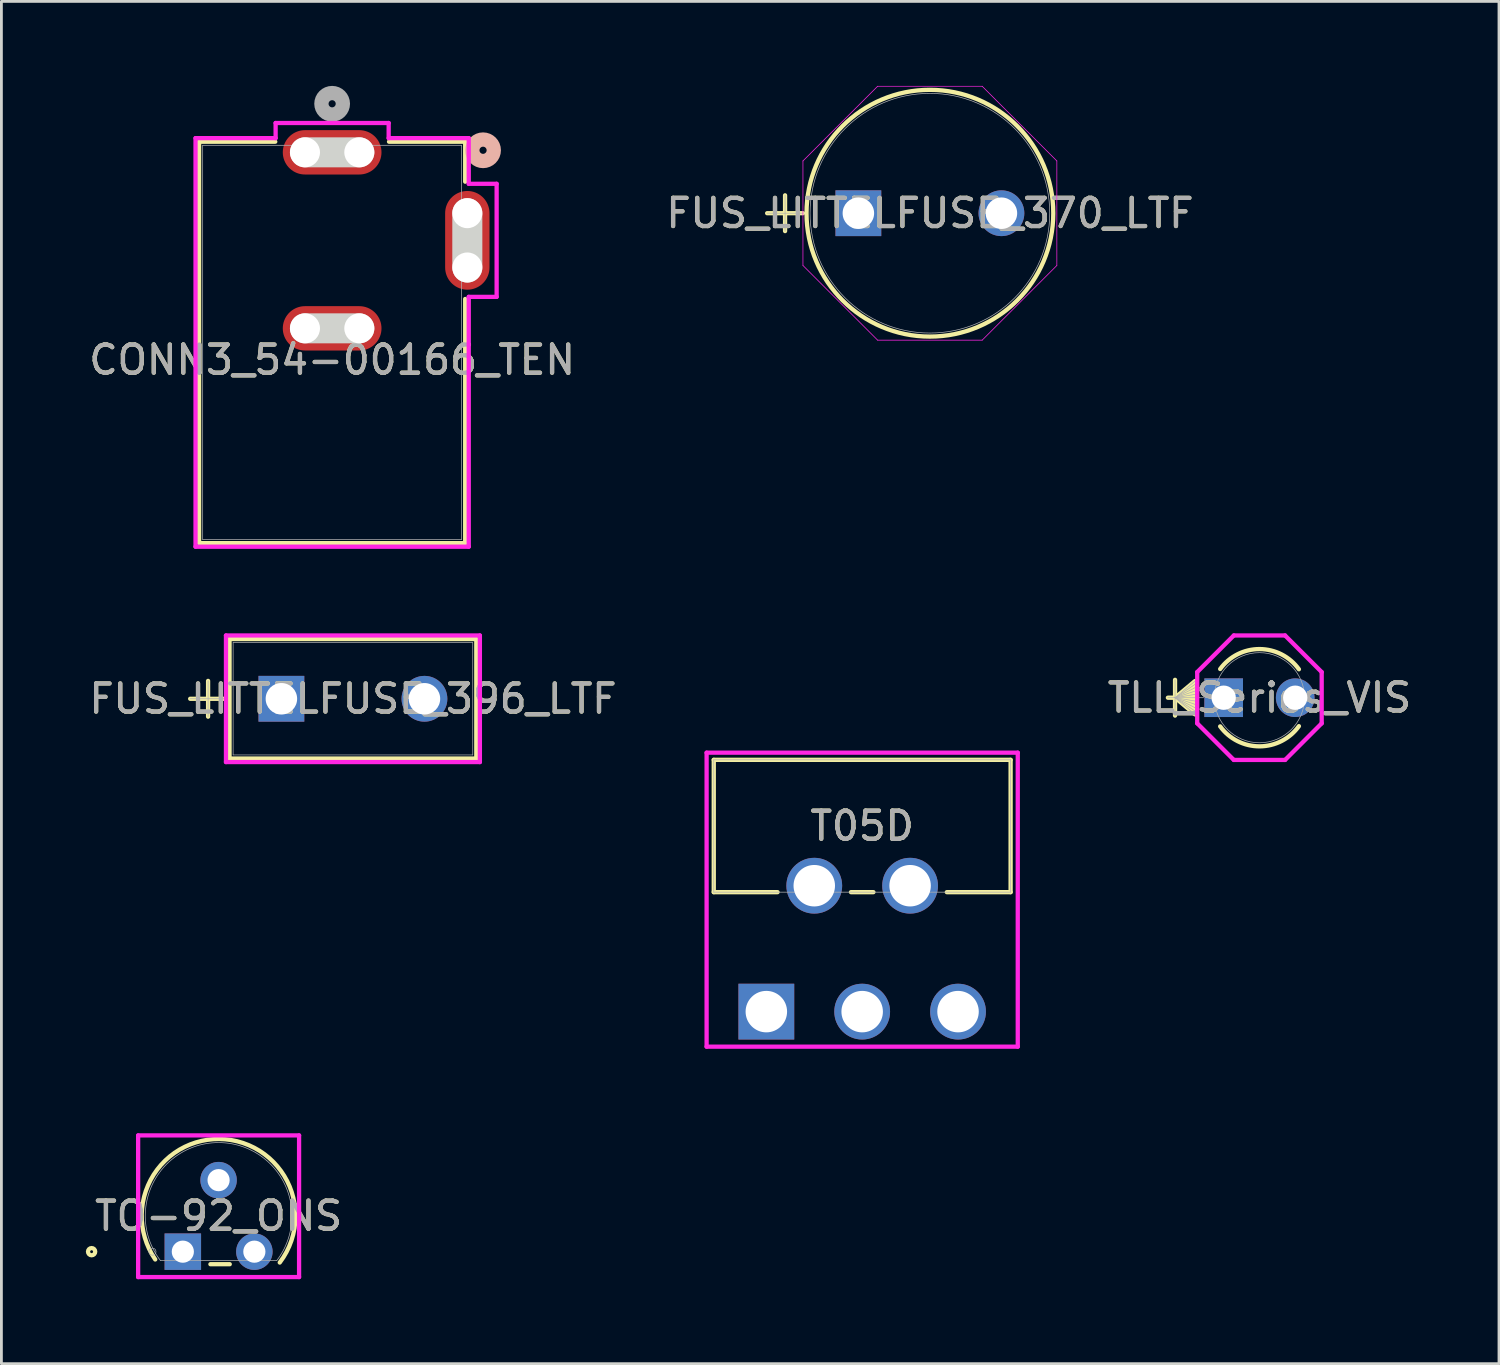
<source format=kicad_pcb>
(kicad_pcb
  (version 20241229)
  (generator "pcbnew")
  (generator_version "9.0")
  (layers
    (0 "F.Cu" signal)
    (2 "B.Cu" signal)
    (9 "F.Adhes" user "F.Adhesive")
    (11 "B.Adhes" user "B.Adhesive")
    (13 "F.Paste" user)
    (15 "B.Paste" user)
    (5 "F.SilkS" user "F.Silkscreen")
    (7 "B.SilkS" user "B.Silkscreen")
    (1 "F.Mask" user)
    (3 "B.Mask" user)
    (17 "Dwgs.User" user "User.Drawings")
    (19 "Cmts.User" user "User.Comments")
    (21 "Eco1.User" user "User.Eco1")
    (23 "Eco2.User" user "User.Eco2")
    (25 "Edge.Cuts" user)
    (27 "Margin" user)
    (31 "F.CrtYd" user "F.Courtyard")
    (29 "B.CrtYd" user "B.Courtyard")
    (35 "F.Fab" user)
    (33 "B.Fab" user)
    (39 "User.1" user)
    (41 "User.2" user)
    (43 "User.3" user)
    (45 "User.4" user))
  (footprint "CONN3_54-00166_TEN"
    (layer "F.Cu")
    (at 8.744 2.359)
    (property "Reference" "CONN3_54-00166_TEN" (at 0 7.37 0) (unlocked yes) (layer "F.SilkS") (effects (font (size 1 1) (thickness 0.15))))
    (attr smd)
    (fp_line (start -4.724 -0.377) (end -2.02 -0.377) (stroke (width 0.152) (type solid)) (layer "F.SilkS"))
    (fp_line (start -4.724 13.877) (end -4.724 -0.377) (stroke (width 0.152) (type solid)) (layer "F.SilkS"))
    (fp_line (start 2.02 -0.377) (end 4.724 -0.377) (stroke (width 0.152) (type solid)) (layer "F.SilkS"))
    (fp_line (start 4.724 -0.377) (end 4.724 1.042) (stroke (width 0.152) (type solid)) (layer "F.SilkS"))
    (fp_line (start 4.724 5.208) (end 4.724 13.877) (stroke (width 0.152) (type solid)) (layer "F.SilkS"))
    (fp_line (start 4.724 13.877) (end -4.724 13.877) (stroke (width 0.152) (type solid)) (layer "F.SilkS"))
    (fp_circle (center 5.359 -0.073) (end 5.74 -0.073) (stroke (width 0.508) (type solid)) (fill no) (layer "B.SilkS"))
    (fp_line (start -0.965 0) (end 0.965 0) (stroke (width 1.067) (type solid)) (layer "Edge.Cuts"))
    (fp_line (start -0.965 6.25) (end 0.965 6.25) (stroke (width 1.067) (type solid)) (layer "Edge.Cuts"))
    (fp_line (start 4.8 4.09) (end 4.8 2.16) (stroke (width 1.067) (type solid)) (layer "Edge.Cuts"))
    (fp_line (start -4.851 -0.504) (end -4.851 14.004) (stroke (width 0.152) (type solid)) (layer "F.CrtYd"))
    (fp_line (start -4.851 14.004) (end 4.851 14.004) (stroke (width 0.152) (type solid)) (layer "F.CrtYd"))
    (fp_line (start -2.007 -1.041) (end -2.007 -0.504) (stroke (width 0.152) (type solid)) (layer "F.CrtYd"))
    (fp_line (start -2.007 -0.504) (end -4.851 -0.504) (stroke (width 0.152) (type solid)) (layer "F.CrtYd"))
    (fp_line (start 2.007 -1.041) (end -2.007 -1.041) (stroke (width 0.152) (type solid)) (layer "F.CrtYd"))
    (fp_line (start 2.007 -0.504) (end 2.007 -1.041) (stroke (width 0.152) (type solid)) (layer "F.CrtYd"))
    (fp_line (start 4.851 -0.504) (end 2.007 -0.504) (stroke (width 0.152) (type solid)) (layer "F.CrtYd"))
    (fp_line (start 4.851 1.118) (end 4.851 -0.504) (stroke (width 0.152) (type solid)) (layer "F.CrtYd"))
    (fp_line (start 4.851 5.132) (end 5.841 5.132) (stroke (width 0.152) (type solid)) (layer "F.CrtYd"))
    (fp_line (start 4.851 14.004) (end 4.851 5.132) (stroke (width 0.152) (type solid)) (layer "F.CrtYd"))
    (fp_line (start 5.841 1.118) (end 4.851 1.118) (stroke (width 0.152) (type solid)) (layer "F.CrtYd"))
    (fp_line (start 5.841 5.132) (end 5.841 1.118) (stroke (width 0.152) (type solid)) (layer "F.CrtYd"))
    (fp_line (start -4.597 -0.25) (end -4.597 13.75) (stroke (width 0.025) (type solid)) (layer "F.Fab"))
    (fp_line (start -4.597 13.75) (end 4.597 13.75) (stroke (width 0.025) (type solid)) (layer "F.Fab"))
    (fp_line (start 4.597 -0.25) (end -4.597 -0.25) (stroke (width 0.025) (type solid)) (layer "F.Fab"))
    (fp_line (start 4.597 13.75) (end 4.597 -0.25) (stroke (width 0.025) (type solid)) (layer "F.Fab"))
    (fp_circle (center 0 -1.724) (end 0.381 -1.724) (stroke (width 0.508) (type solid)) (fill no) (layer "F.Fab"))
    (fp_text user "${REFERENCE}" (at 0 7.37 0) (unlocked yes) (layer "F.Fab") (effects (font (size 1 1) (thickness 0.15))))
    (pad "" np_thru_hole circle (at -0.965 0) (size 1.067 1.067) (drill 1.067) (layers "*.Cu" "*.Mask"))
    (pad "" np_thru_hole circle (at -0.965 6.25) (size 1.067 1.067) (drill 1.067) (layers "*.Cu" "*.Mask"))
    (pad "" np_thru_hole circle (at 0.965 0) (size 1.067 1.067) (drill 1.067) (layers "*.Cu" "*.Mask"))
    (pad "" np_thru_hole circle (at 0.965 6.25) (size 1.067 1.067) (drill 1.067) (layers "*.Cu" "*.Mask"))
    (pad "" np_thru_hole circle (at 4.8 2.16) (size 1.067 1.067) (drill 1.067) (layers "*.Cu" "*.Mask"))
    (pad "" np_thru_hole circle (at 4.8 4.09) (size 1.067 1.067) (drill 1.067) (layers "*.Cu" "*.Mask"))
    (pad "1" smd oval (at 0 0) (size 3.505 1.575) (layers "F.Cu" "F.Mask" "F.Paste"))
    (pad "2" smd oval (at 0 6.25) (size 3.505 1.575) (layers "F.Cu" "F.Mask" "F.Paste"))
    (pad "3" smd oval (at 4.8 3.125) (size 1.575 3.505) (layers "F.Cu" "F.Mask" "F.Paste")))
  (footprint "FUS_LITTELFUSE_370_LTF"
    (layer "F.Cu")
    (at 27.43 4.521)
    (property "Reference" "FUS_LITTELFUSE_370_LTF" (at 2.54 0 0) (unlocked yes) (layer "F.SilkS") (effects (font (size 1 1) (thickness 0.15))))
    (attr through_hole)
    (fp_line (start -3.239 0) (end -1.968 0) (stroke (width 0.152) (type solid)) (layer "F.SilkS"))
    (fp_line (start -2.603 -0.635) (end -2.603 0.635) (stroke (width 0.152) (type solid)) (layer "F.SilkS"))
    (fp_circle (center 2.54 0) (end 6.921 0) (stroke (width 0.152) (type solid)) (fill no) (layer "F.SilkS"))
    (fp_line (start -1.968 -1.856) (end 0.684 -4.508) (stroke (width 0.025) (type solid)) (layer "F.CrtYd"))
    (fp_line (start -1.968 1.856) (end -1.968 -1.856) (stroke (width 0.025) (type solid)) (layer "F.CrtYd"))
    (fp_line (start 0.684 -4.508) (end 4.396 -4.508) (stroke (width 0.025) (type solid)) (layer "F.CrtYd"))
    (fp_line (start 0.684 4.508) (end -1.968 1.856) (stroke (width 0.025) (type solid)) (layer "F.CrtYd"))
    (fp_line (start 4.396 -4.508) (end 7.048 -1.856) (stroke (width 0.025) (type solid)) (layer "F.CrtYd"))
    (fp_line (start 4.396 4.508) (end 0.684 4.508) (stroke (width 0.025) (type solid)) (layer "F.CrtYd"))
    (fp_line (start 7.048 -1.856) (end 7.048 1.856) (stroke (width 0.025) (type solid)) (layer "F.CrtYd"))
    (fp_line (start 7.048 1.856) (end 4.396 4.508) (stroke (width 0.025) (type solid)) (layer "F.CrtYd"))
    (fp_line (start -3.239 0) (end -1.968 0) (stroke (width 0.025) (type solid)) (layer "F.Fab"))
    (fp_line (start -2.603 -0.635) (end -2.603 0.635) (stroke (width 0.025) (type solid)) (layer "F.Fab"))
    (fp_circle (center 2.54 0) (end 6.795 0) (stroke (width 0.025) (type solid)) (fill no) (layer "F.Fab"))
    (fp_text user "${REFERENCE}" (at 2.54 0 0) (unlocked yes) (layer "F.Fab") (effects (font (size 1 1) (thickness 0.15))))
    (pad "1" thru_hole rect (at 0 0) (size 1.626 1.626) (drill 1.118) (layers "*.Cu" "*.Mask"))
    (pad "2" thru_hole circle (at 5.08 0) (size 1.626 1.626) (drill 1.118) (layers "*.Cu" "*.Mask")))
  (footprint "TLL_Series_VIS"
    (layer "F.Cu")
    (at 40.402 21.725)
    (property "Reference" "TLL_Series_VIS" (at 1.27 0 0) (unlocked yes) (layer "F.SilkS") (effects (font (size 1 1) (thickness 0.15))))
    (attr through_hole)
    (fp_line (start -1.727 -0.635) (end -1.727 0.635) (stroke (width 0.152) (type solid)) (layer "F.SilkS"))
    (fp_line (start -1.727 0) (end -1.019 -0.591) (stroke (width 0.152) (type solid)) (layer "F.SilkS"))
    (fp_line (start -1.727 0) (end -1.019 -0.472) (stroke (width 0.152) (type solid)) (layer "F.SilkS"))
    (fp_line (start -1.727 0) (end -1.019 -0.354) (stroke (width 0.152) (type solid)) (layer "F.SilkS"))
    (fp_line (start -1.727 0) (end -1.019 -0.236) (stroke (width 0.152) (type solid)) (layer "F.SilkS"))
    (fp_line (start -1.727 0) (end -1.019 -0.118) (stroke (width 0.152) (type solid)) (layer "F.SilkS"))
    (fp_line (start -1.727 0) (end -1.019 0.118) (stroke (width 0.152) (type solid)) (layer "F.SilkS"))
    (fp_line (start -1.727 0) (end -1.019 0.236) (stroke (width 0.152) (type solid)) (layer "F.SilkS"))
    (fp_line (start -1.727 0) (end -1.019 0.354) (stroke (width 0.152) (type solid)) (layer "F.SilkS"))
    (fp_line (start -1.727 0) (end -1.019 0.472) (stroke (width 0.152) (type solid)) (layer "F.SilkS"))
    (fp_line (start -1.727 0) (end -1.019 0.591) (stroke (width 0.152) (type solid)) (layer "F.SilkS"))
    (fp_line (start -1.019 0) (end -1.981 0) (stroke (width 0.152) (type solid)) (layer "F.SilkS"))
    (fp_arc (start -0.124919 -1.018539) (mid 1.27523 -1.727192) (end 2.671061 -1.010073) (stroke (width 0.1524) (type solid)) (layer "F.SilkS"))
    (fp_arc (start 2.671061 1.010073) (mid 1.27523 1.727192) (end -0.124919 1.018539) (stroke (width 0.1524) (type solid)) (layer "F.SilkS"))
    (fp_line (start -0.94 -0.91) (end 0.36 -2.21) (stroke (width 0.152) (type solid)) (layer "F.CrtYd"))
    (fp_line (start -0.94 0.91) (end -0.94 -0.91) (stroke (width 0.152) (type solid)) (layer "F.CrtYd"))
    (fp_line (start 0.36 -2.21) (end 2.18 -2.21) (stroke (width 0.152) (type solid)) (layer "F.CrtYd"))
    (fp_line (start 0.36 2.21) (end -0.94 0.91) (stroke (width 0.152) (type solid)) (layer "F.CrtYd"))
    (fp_line (start 2.18 -2.21) (end 3.48 -0.91) (stroke (width 0.152) (type solid)) (layer "F.CrtYd"))
    (fp_line (start 2.18 2.21) (end 0.36 2.21) (stroke (width 0.152) (type solid)) (layer "F.CrtYd"))
    (fp_line (start 3.48 -0.91) (end 3.48 0.91) (stroke (width 0.152) (type solid)) (layer "F.CrtYd"))
    (fp_line (start 3.48 0.91) (end 2.18 2.21) (stroke (width 0.152) (type solid)) (layer "F.CrtYd"))
    (fp_line (start -1.727 -0.635) (end -1.727 0.635) (stroke (width 0.025) (type solid)) (layer "F.Fab"))
    (fp_line (start -1.727 0) (end -0.965 -0.635) (stroke (width 0.025) (type solid)) (layer "F.Fab"))
    (fp_line (start -1.727 0) (end -0.965 -0.508) (stroke (width 0.025) (type solid)) (layer "F.Fab"))
    (fp_line (start -1.727 0) (end -0.965 -0.381) (stroke (width 0.025) (type solid)) (layer "F.Fab"))
    (fp_line (start -1.727 0) (end -0.965 -0.254) (stroke (width 0.025) (type solid)) (layer "F.Fab"))
    (fp_line (start -1.727 0) (end -0.965 -0.127) (stroke (width 0.025) (type solid)) (layer "F.Fab"))
    (fp_line (start -1.727 0) (end -0.965 0.127) (stroke (width 0.025) (type solid)) (layer "F.Fab"))
    (fp_line (start -1.727 0) (end -0.965 0.254) (stroke (width 0.025) (type solid)) (layer "F.Fab"))
    (fp_line (start -1.727 0) (end -0.965 0.381) (stroke (width 0.025) (type solid)) (layer "F.Fab"))
    (fp_line (start -1.727 0) (end -0.965 0.508) (stroke (width 0.025) (type solid)) (layer "F.Fab"))
    (fp_line (start -1.727 0) (end -0.965 0.635) (stroke (width 0.025) (type solid)) (layer "F.Fab"))
    (fp_line (start -0.965 -0.635) (end -0.965 0.635) (stroke (width 0.025) (type solid)) (layer "F.Fab"))
    (fp_line (start -0.711 0) (end -1.981 0) (stroke (width 0.025) (type solid)) (layer "F.Fab"))
    (fp_circle (center 1.27 0) (end 2.87 0) (stroke (width 0.025) (type solid)) (fill no) (layer "F.Fab"))
    (fp_text user "${REFERENCE}" (at 1.27 0 0) (unlocked yes) (layer "F.Fab") (effects (font (size 1 1) (thickness 0.15))))
    (pad "1" thru_hole rect (at 0 0) (size 1.372 1.372) (drill 0.864) (layers "*.Cu" "*.Mask"))
    (pad "2" thru_hole circle (at 2.54 0) (size 1.372 1.372) (drill 0.864) (layers "*.Cu" "*.Mask")))
  (footprint "FUS_LITTELFUSE_396_LTF"
    (layer "F.Cu")
    (at 6.942 21.763)
    (property "Reference" "FUS_LITTELFUSE_396_LTF" (at 2.54 0 0) (unlocked yes) (layer "F.SilkS") (effects (font (size 1 1) (thickness 0.15))))
    (attr through_hole)
    (fp_line (start -3.239 0) (end -1.968 0) (stroke (width 0.152) (type solid)) (layer "F.SilkS"))
    (fp_line (start -2.603 -0.635) (end -2.603 0.635) (stroke (width 0.152) (type solid)) (layer "F.SilkS"))
    (fp_line (start -1.841 -2.121) (end -1.841 2.121) (stroke (width 0.152) (type solid)) (layer "F.SilkS"))
    (fp_line (start 6.921 -2.121) (end -1.841 -2.121) (stroke (width 0.152) (type solid)) (layer "F.SilkS"))
    (fp_line (start 6.921 -2.121) (end 6.921 2.121) (stroke (width 0.152) (type solid)) (layer "F.SilkS"))
    (fp_line (start 6.921 2.121) (end -1.841 2.121) (stroke (width 0.152) (type solid)) (layer "F.SilkS"))
    (fp_line (start -1.968 -2.248) (end 7.048 -2.248) (stroke (width 0.152) (type solid)) (layer "F.CrtYd"))
    (fp_line (start -1.968 2.248) (end -1.968 -2.248) (stroke (width 0.152) (type solid)) (layer "F.CrtYd"))
    (fp_line (start 7.048 -2.248) (end 7.048 2.248) (stroke (width 0.152) (type solid)) (layer "F.CrtYd"))
    (fp_line (start 7.048 2.248) (end -1.968 2.248) (stroke (width 0.152) (type solid)) (layer "F.CrtYd"))
    (fp_line (start -3.239 0) (end -1.968 0) (stroke (width 0.025) (type solid)) (layer "F.Fab"))
    (fp_line (start -2.603 -0.635) (end -2.603 0.635) (stroke (width 0.025) (type solid)) (layer "F.Fab"))
    (fp_line (start -1.714 -1.994) (end -1.714 1.994) (stroke (width 0.025) (type solid)) (layer "F.Fab"))
    (fp_line (start 6.795 -1.994) (end -1.714 -1.994) (stroke (width 0.025) (type solid)) (layer "F.Fab"))
    (fp_line (start 6.795 -1.994) (end 6.795 1.994) (stroke (width 0.025) (type solid)) (layer "F.Fab"))
    (fp_line (start 6.795 1.994) (end -1.714 1.994) (stroke (width 0.025) (type solid)) (layer "F.Fab"))
    (fp_text user "${REFERENCE}" (at 2.54 0 0) (unlocked yes) (layer "F.Fab") (effects (font (size 1 1) (thickness 0.15))))
    (pad "1" thru_hole rect (at 0 0) (size 1.626 1.626) (drill 1.118) (layers "*.Cu" "*.Mask"))
    (pad "2" thru_hole circle (at 5.08 0) (size 1.626 1.626) (drill 1.118) (layers "*.Cu" "*.Mask")))
  (footprint "TO-92_ONS"
    (layer "F.Cu")
    (at 3.442 41.396)
    (property "Reference" "TO-92_ONS" (at 1.27 -1.27 0) (unlocked yes) (layer "F.SilkS") (effects (font (size 1 1) (thickness 0.15))))
    (attr through_hole)
    (fp_line (start 0.98 0.445) (end 1.666 0.445) (stroke (width 0.152) (type solid)) (layer "F.SilkS"))
    (fp_arc (start -0.980441 0.276333) (mid 0.460432 -3.877725) (end 4.0005 -1.27) (stroke (width 0.1524) (type solid)) (layer "F.SilkS"))
    (fp_arc (start 4.0005 -1.269998) (mid 3.856997 -0.396457) (end 3.441573 0.385265) (stroke (width 0.1524) (type solid)) (layer "F.SilkS"))
    (fp_circle (center -3.239 0) (end -3.111 0) (stroke (width 0.152) (type solid)) (fill no) (layer "F.SilkS"))
    (fp_line (start -1.587 -4.128) (end 4.128 -4.128) (stroke (width 0.152) (type solid)) (layer "F.CrtYd"))
    (fp_line (start -1.587 0.902) (end -1.587 -4.128) (stroke (width 0.152) (type solid)) (layer "F.CrtYd"))
    (fp_line (start 4.128 -4.128) (end 4.128 0.902) (stroke (width 0.152) (type solid)) (layer "F.CrtYd"))
    (fp_line (start 4.128 0.902) (end -1.587 0.902) (stroke (width 0.152) (type solid)) (layer "F.CrtYd"))
    (fp_line (start -0.794 0.318) (end 3.334 0.318) (stroke (width 0.025) (type solid)) (layer "F.Fab"))
    (fp_line (start -0.254 0) (end 0.254 0) (stroke (width 0.152) (type solid)) (layer "F.Fab"))
    (fp_line (start 0 0.254) (end 0 -0.254) (stroke (width 0.152) (type solid)) (layer "F.Fab"))
    (fp_arc (start -0.793507 0.317499) (mid 1.270001 -3.8735) (end 3.333506 0.3175) (stroke (width 0.0254) (type solid)) (layer "F.Fab"))
    (fp_circle (center -1.079 0) (end -0.953 0) (stroke (width 0.025) (type solid)) (fill no) (layer "F.Fab"))
    (fp_text user "${REFERENCE}" (at 1.27 -1.27 0) (unlocked yes) (layer "F.Fab") (effects (font (size 1 1) (thickness 0.15))))
    (pad "1" thru_hole rect (at 0 0) (size 1.295 1.295) (drill 0.787) (layers "*.Cu" "*.Mask"))
    (pad "2" thru_hole circle (at 1.27 -2.54) (size 1.295 1.295) (drill 0.787) (layers "*.Cu" "*.Mask"))
    (pad "3" thru_hole circle (at 2.54 0) (size 1.295 1.295) (drill 0.787) (layers "*.Cu" "*.Mask")))
  (footprint "T05D"
    (layer "F.Cu")
    (at 30.969 19.689)
    (property "Reference" "T05D" (at -3.404 6.591 0) (unlocked yes) (layer "F.SilkS") (effects (font (size 1 1) (thickness 0.15))))
    (attr through_hole)
    (fp_line (start -8.674 4.242) (end -8.674 8.941) (stroke (width 0.152) (type solid)) (layer "F.SilkS"))
    (fp_line (start -8.674 8.941) (end -6.409 8.941) (stroke (width 0.152) (type solid)) (layer "F.SilkS"))
    (fp_line (start -3.802 8.941) (end -3.005 8.941) (stroke (width 0.152) (type solid)) (layer "F.SilkS"))
    (fp_line (start -0.398 8.941) (end 1.867 8.941) (stroke (width 0.152) (type solid)) (layer "F.SilkS"))
    (fp_line (start 1.867 4.242) (end -8.674 4.242) (stroke (width 0.152) (type solid)) (layer "F.SilkS"))
    (fp_line (start 1.867 8.941) (end 1.867 4.242) (stroke (width 0.152) (type solid)) (layer "F.SilkS"))
    (fp_line (start -8.928 3.988) (end -8.928 14.427) (stroke (width 0.152) (type solid)) (layer "F.CrtYd"))
    (fp_line (start -8.928 14.427) (end 2.121 14.427) (stroke (width 0.152) (type solid)) (layer "F.CrtYd"))
    (fp_line (start 2.121 3.988) (end -8.928 3.988) (stroke (width 0.152) (type solid)) (layer "F.CrtYd"))
    (fp_line (start 2.121 14.427) (end 2.121 3.988) (stroke (width 0.152) (type solid)) (layer "F.CrtYd"))
    (fp_line (start -8.674 4.242) (end -8.674 8.941) (stroke (width 0.025) (type solid)) (layer "F.Fab"))
    (fp_line (start -8.674 8.941) (end 1.867 8.941) (stroke (width 0.025) (type solid)) (layer "F.Fab"))
    (fp_line (start 1.867 4.242) (end -8.674 4.242) (stroke (width 0.025) (type solid)) (layer "F.Fab"))
    (fp_line (start 1.867 8.941) (end 1.867 4.242) (stroke (width 0.025) (type solid)) (layer "F.Fab"))
    (fp_text user "${REFERENCE}" (at -3.404 6.591 0) (unlocked yes) (layer "F.Fab") (effects (font (size 1 1) (thickness 0.15))))
    (pad "1" thru_hole rect (at -6.807 13.183) (size 1.981 1.981) (drill 1.473) (layers "*.Cu" "*.Mask"))
    (pad "2" thru_hole circle (at -5.105 8.712) (size 1.981 1.981) (drill 1.473) (layers "*.Cu" "*.Mask"))
    (pad "3" thru_hole circle (at -3.404 13.183) (size 1.981 1.981) (drill 1.473) (layers "*.Cu" "*.Mask"))
    (pad "4" thru_hole circle (at -1.702 8.712) (size 1.981 1.981) (drill 1.473) (layers "*.Cu" "*.Mask"))
    (pad "5" thru_hole circle (at 0 13.183) (size 1.981 1.981) (drill 1.473) (layers "*.Cu" "*.Mask")))
  (gr_rect
    (start -3 -3)
    (end 50.178 45.374)
    (stroke (width 0.1) (type default))
    (fill no)
    (layer "Edge.Cuts")))
</source>
